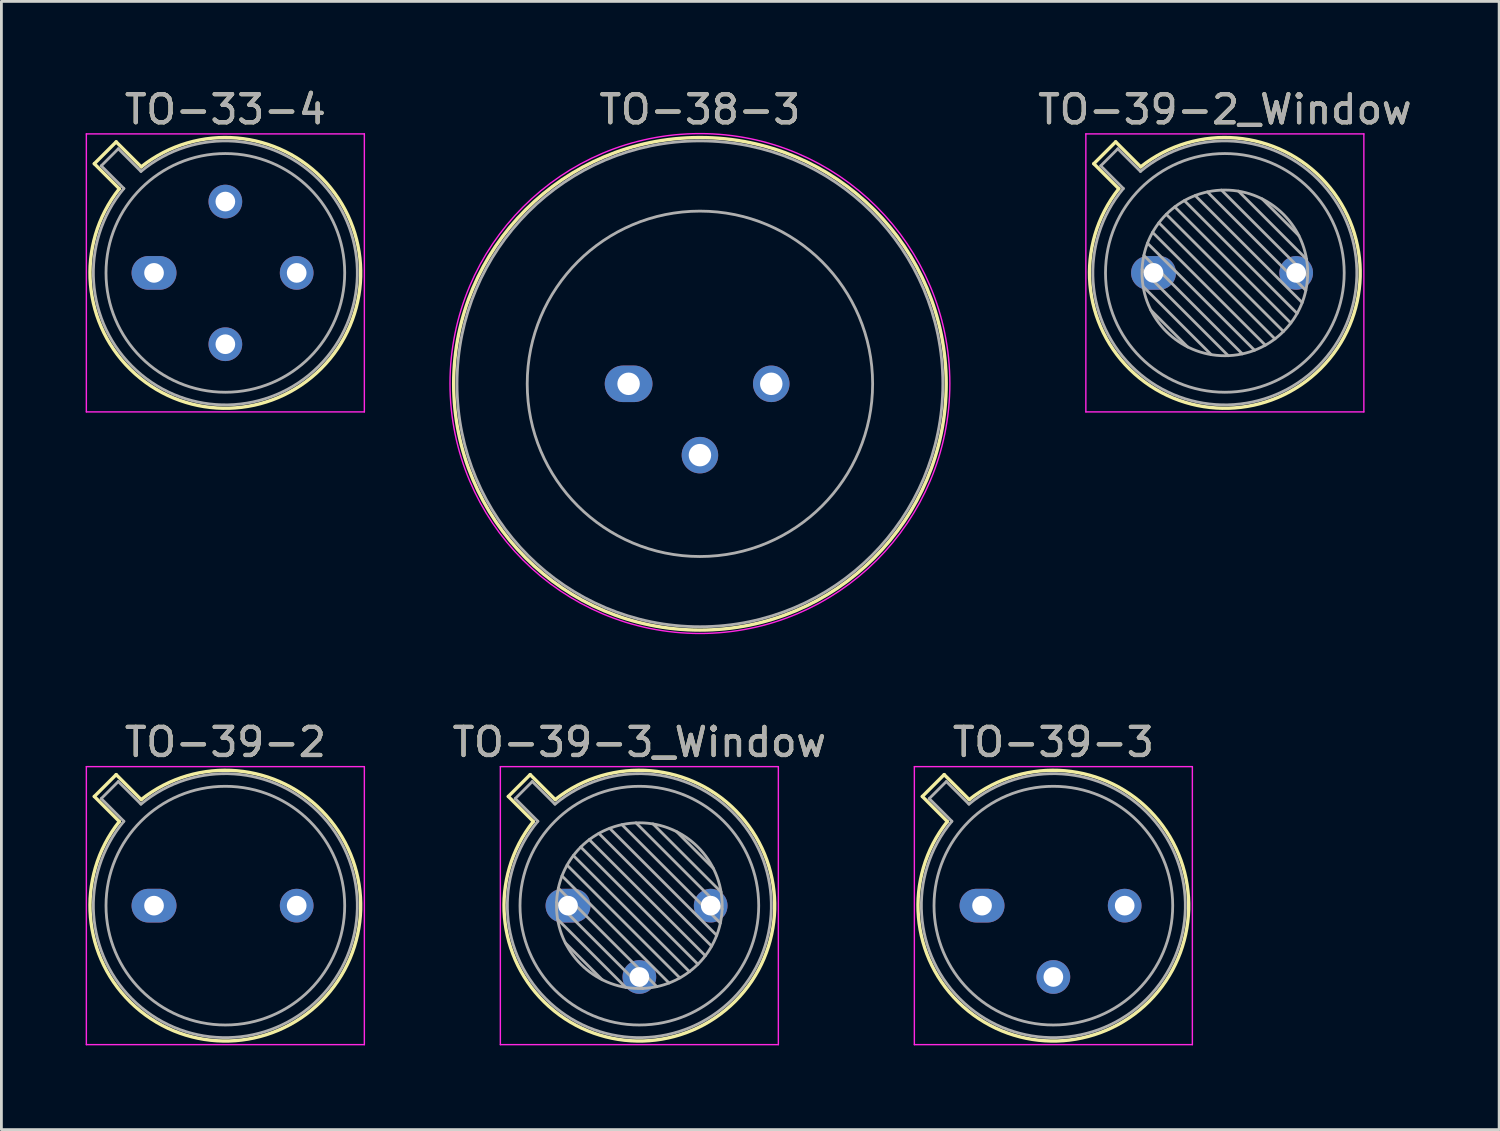
<source format=kicad_pcb>
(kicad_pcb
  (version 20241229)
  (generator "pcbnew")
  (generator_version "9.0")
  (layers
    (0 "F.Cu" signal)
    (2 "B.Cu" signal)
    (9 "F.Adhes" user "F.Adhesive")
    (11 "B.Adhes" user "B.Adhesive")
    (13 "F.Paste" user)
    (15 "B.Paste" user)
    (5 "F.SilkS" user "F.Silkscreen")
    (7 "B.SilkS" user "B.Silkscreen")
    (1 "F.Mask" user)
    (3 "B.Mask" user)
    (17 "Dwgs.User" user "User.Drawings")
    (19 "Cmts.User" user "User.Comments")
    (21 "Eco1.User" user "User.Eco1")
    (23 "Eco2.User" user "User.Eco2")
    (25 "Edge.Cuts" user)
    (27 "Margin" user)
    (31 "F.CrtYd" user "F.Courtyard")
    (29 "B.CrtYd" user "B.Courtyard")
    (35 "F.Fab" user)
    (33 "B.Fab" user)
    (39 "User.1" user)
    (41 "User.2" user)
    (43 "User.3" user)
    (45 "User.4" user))
  (footprint "TO-39-3_Window"
    (layer "F.Cu")
    (at 17.178 29.201)
    (property "Reference" "TO-39-3_Window" (at 2.54 -5.82 0) (layer "F.SilkS") (effects (font (size 1 1) (thickness 0.15))))
    (attr through_hole)
    (fp_line (start -2.126 -3.888) (end -1.235 -2.997) (stroke (width 0.12) (type solid)) (layer "F.SilkS"))
    (fp_line (start -1.348 -4.666) (end -2.126 -3.888) (stroke (width 0.12) (type solid)) (layer "F.SilkS"))
    (fp_line (start -0.457 -3.775) (end -1.348 -4.666) (stroke (width 0.12) (type solid)) (layer "F.SilkS"))
    (fp_arc (start -0.457084 -3.774902) (mid 5.948125 3.408384) (end -1.234674 -2.997371) (stroke (width 0.12) (type solid)) (layer "F.SilkS"))
    (fp_line (start -2.41 -4.95) (end -2.41 4.95) (stroke (width 0.05) (type solid)) (layer "F.CrtYd"))
    (fp_line (start -2.41 4.95) (end 7.49 4.95) (stroke (width 0.05) (type solid)) (layer "F.CrtYd"))
    (fp_line (start 7.49 -4.95) (end -2.41 -4.95) (stroke (width 0.05) (type solid)) (layer "F.CrtYd"))
    (fp_line (start 7.49 4.95) (end 7.49 -4.95) (stroke (width 0.05) (type solid)) (layer "F.CrtYd"))
    (fp_line (start -1.88 -3.812) (end -1.074 -3.005) (stroke (width 0.1) (type solid)) (layer "F.Fab"))
    (fp_line (start -1.272 -4.42) (end -1.88 -3.812) (stroke (width 0.1) (type solid)) (layer "F.Fab"))
    (fp_line (start -0.465 -3.614) (end -1.272 -4.42) (stroke (width 0.1) (type solid)) (layer "F.Fab"))
    (fp_line (start -0.408 -0.12) (end 2.66 2.948) (stroke (width 0.1) (type solid)) (layer "F.Fab"))
    (fp_line (start -0.371 0.485) (end 2.055 2.911) (stroke (width 0.1) (type solid)) (layer "F.Fab"))
    (fp_line (start -0.344 -0.622) (end 3.162 2.884) (stroke (width 0.1) (type solid)) (layer "F.Fab"))
    (fp_line (start -0.215 -1.058) (end 3.598 2.755) (stroke (width 0.1) (type solid)) (layer "F.Fab"))
    (fp_line (start -0.097 1.324) (end 1.216 2.637) (stroke (width 0.1) (type solid)) (layer "F.Fab"))
    (fp_line (start -0.034 -1.443) (end 3.983 2.574) (stroke (width 0.1) (type solid)) (layer "F.Fab"))
    (fp_line (start 0.19 -1.784) (end 4.324 2.35) (stroke (width 0.1) (type solid)) (layer "F.Fab"))
    (fp_line (start 0.454 -2.086) (end 4.626 2.086) (stroke (width 0.1) (type solid)) (layer "F.Fab"))
    (fp_line (start 0.756 -2.35) (end 4.89 1.784) (stroke (width 0.1) (type solid)) (layer "F.Fab"))
    (fp_line (start 1.097 -2.574) (end 5.114 1.443) (stroke (width 0.1) (type solid)) (layer "F.Fab"))
    (fp_line (start 1.482 -2.755) (end 5.295 1.058) (stroke (width 0.1) (type solid)) (layer "F.Fab"))
    (fp_line (start 1.918 -2.884) (end 5.424 0.622) (stroke (width 0.1) (type solid)) (layer "F.Fab"))
    (fp_line (start 2.42 -2.948) (end 5.488 0.12) (stroke (width 0.1) (type solid)) (layer "F.Fab"))
    (fp_line (start 3.025 -2.911) (end 5.451 -0.485) (stroke (width 0.1) (type solid)) (layer "F.Fab"))
    (fp_line (start 3.864 -2.637) (end 5.177 -1.324) (stroke (width 0.1) (type solid)) (layer "F.Fab"))
    (fp_arc (start -0.465408 -3.61352) (mid 5.863443 3.323361) (end -1.073594 -3.005319) (stroke (width 0.1) (type solid)) (layer "F.Fab"))
    (fp_circle (center 2.54 0) (end 5.49 0) (stroke (width 0.1) (type solid)) (fill no) (layer "F.Fab"))
    (fp_circle (center 2.54 0) (end 6.79 0) (stroke (width 0.1) (type solid)) (fill no) (layer "F.Fab"))
    (fp_text user "${REFERENCE}" (at 2.54 -5.82 0) (layer "F.Fab") (effects (font (size 1 1) (thickness 0.15))))
    (pad "1" thru_hole oval (at 0 0) (size 1.6 1.2) (drill 0.7) (layers "*.Cu" "*.Mask"))
    (pad "2" thru_hole oval (at 2.54 2.54) (size 1.2 1.2) (drill 0.7) (layers "*.Cu" "*.Mask"))
    (pad "3" thru_hole oval (at 5.08 0) (size 1.2 1.2) (drill 0.7) (layers "*.Cu" "*.Mask")))
  (footprint "TO-33-4"
    (layer "F.Cu")
    (at 2.435 6.668)
    (property "Reference" "TO-33-4" (at 2.54 -5.82 0) (layer "F.SilkS") (effects (font (size 1 1) (thickness 0.15))))
    (attr through_hole)
    (fp_line (start -2.126 -3.888) (end -1.235 -2.997) (stroke (width 0.12) (type solid)) (layer "F.SilkS"))
    (fp_line (start -1.348 -4.666) (end -2.126 -3.888) (stroke (width 0.12) (type solid)) (layer "F.SilkS"))
    (fp_line (start -0.457 -3.775) (end -1.348 -4.666) (stroke (width 0.12) (type solid)) (layer "F.SilkS"))
    (fp_arc (start -0.457084 -3.774902) (mid 5.948125 3.408384) (end -1.234674 -2.997371) (stroke (width 0.12) (type solid)) (layer "F.SilkS"))
    (fp_line (start -2.41 -4.95) (end -2.41 4.95) (stroke (width 0.05) (type solid)) (layer "F.CrtYd"))
    (fp_line (start -2.41 4.95) (end 7.49 4.95) (stroke (width 0.05) (type solid)) (layer "F.CrtYd"))
    (fp_line (start 7.49 -4.95) (end -2.41 -4.95) (stroke (width 0.05) (type solid)) (layer "F.CrtYd"))
    (fp_line (start 7.49 4.95) (end 7.49 -4.95) (stroke (width 0.05) (type solid)) (layer "F.CrtYd"))
    (fp_line (start -1.88 -3.812) (end -1.074 -3.005) (stroke (width 0.1) (type solid)) (layer "F.Fab"))
    (fp_line (start -1.272 -4.42) (end -1.88 -3.812) (stroke (width 0.1) (type solid)) (layer "F.Fab"))
    (fp_line (start -0.465 -3.614) (end -1.272 -4.42) (stroke (width 0.1) (type solid)) (layer "F.Fab"))
    (fp_arc (start -0.465408 -3.61352) (mid 5.863443 3.323361) (end -1.073594 -3.005319) (stroke (width 0.1) (type solid)) (layer "F.Fab"))
    (fp_circle (center 2.54 0) (end 6.79 0) (stroke (width 0.1) (type solid)) (fill no) (layer "F.Fab"))
    (fp_text user "${REFERENCE}" (at 2.54 -5.82 0) (layer "F.Fab") (effects (font (size 1 1) (thickness 0.15))))
    (pad "1" thru_hole oval (at 0 0) (size 1.6 1.2) (drill 0.7) (layers "*.Cu" "*.Mask"))
    (pad "2" thru_hole oval (at 2.54 2.54) (size 1.2 1.2) (drill 0.7) (layers "*.Cu" "*.Mask"))
    (pad "3" thru_hole oval (at 5.08 0) (size 1.2 1.2) (drill 0.7) (layers "*.Cu" "*.Mask"))
    (pad "4" thru_hole oval (at 2.54 -2.54) (size 1.2 1.2) (drill 0.7) (layers "*.Cu" "*.Mask")))
  (footprint "TO-39-2"
    (layer "F.Cu")
    (at 2.435 29.201)
    (property "Reference" "TO-39-2" (at 2.54 -5.82 0) (layer "F.SilkS") (effects (font (size 1 1) (thickness 0.15))))
    (attr through_hole)
    (fp_line (start -2.126 -3.888) (end -1.235 -2.997) (stroke (width 0.12) (type solid)) (layer "F.SilkS"))
    (fp_line (start -1.348 -4.666) (end -2.126 -3.888) (stroke (width 0.12) (type solid)) (layer "F.SilkS"))
    (fp_line (start -0.457 -3.775) (end -1.348 -4.666) (stroke (width 0.12) (type solid)) (layer "F.SilkS"))
    (fp_arc (start -0.457084 -3.774902) (mid 5.948125 3.408384) (end -1.234674 -2.997371) (stroke (width 0.12) (type solid)) (layer "F.SilkS"))
    (fp_line (start -2.41 -4.95) (end -2.41 4.95) (stroke (width 0.05) (type solid)) (layer "F.CrtYd"))
    (fp_line (start -2.41 4.95) (end 7.49 4.95) (stroke (width 0.05) (type solid)) (layer "F.CrtYd"))
    (fp_line (start 7.49 -4.95) (end -2.41 -4.95) (stroke (width 0.05) (type solid)) (layer "F.CrtYd"))
    (fp_line (start 7.49 4.95) (end 7.49 -4.95) (stroke (width 0.05) (type solid)) (layer "F.CrtYd"))
    (fp_line (start -1.88 -3.812) (end -1.074 -3.005) (stroke (width 0.1) (type solid)) (layer "F.Fab"))
    (fp_line (start -1.272 -4.42) (end -1.88 -3.812) (stroke (width 0.1) (type solid)) (layer "F.Fab"))
    (fp_line (start -0.465 -3.614) (end -1.272 -4.42) (stroke (width 0.1) (type solid)) (layer "F.Fab"))
    (fp_arc (start -0.465408 -3.61352) (mid 5.863443 3.323361) (end -1.073594 -3.005319) (stroke (width 0.1) (type solid)) (layer "F.Fab"))
    (fp_circle (center 2.54 0) (end 6.79 0) (stroke (width 0.1) (type solid)) (fill no) (layer "F.Fab"))
    (fp_text user "${REFERENCE}" (at 2.54 -5.82 0) (layer "F.Fab") (effects (font (size 1 1) (thickness 0.15))))
    (pad "1" thru_hole oval (at 0 0) (size 1.6 1.2) (drill 0.7) (layers "*.Cu" "*.Mask"))
    (pad "2" thru_hole oval (at 5.08 0) (size 1.2 1.2) (drill 0.7) (layers "*.Cu" "*.Mask")))
  (footprint "TO-39-2_Window"
    (layer "F.Cu")
    (at 38.028 6.668)
    (property "Reference" "TO-39-2_Window" (at 2.54 -5.82 0) (layer "F.SilkS") (effects (font (size 1 1) (thickness 0.15))))
    (attr through_hole)
    (fp_line (start -2.126 -3.888) (end -1.235 -2.997) (stroke (width 0.12) (type solid)) (layer "F.SilkS"))
    (fp_line (start -1.348 -4.666) (end -2.126 -3.888) (stroke (width 0.12) (type solid)) (layer "F.SilkS"))
    (fp_line (start -0.457 -3.775) (end -1.348 -4.666) (stroke (width 0.12) (type solid)) (layer "F.SilkS"))
    (fp_arc (start -0.457084 -3.774902) (mid 5.948125 3.408384) (end -1.234674 -2.997371) (stroke (width 0.12) (type solid)) (layer "F.SilkS"))
    (fp_line (start -2.41 -4.95) (end -2.41 4.95) (stroke (width 0.05) (type solid)) (layer "F.CrtYd"))
    (fp_line (start -2.41 4.95) (end 7.49 4.95) (stroke (width 0.05) (type solid)) (layer "F.CrtYd"))
    (fp_line (start 7.49 -4.95) (end -2.41 -4.95) (stroke (width 0.05) (type solid)) (layer "F.CrtYd"))
    (fp_line (start 7.49 4.95) (end 7.49 -4.95) (stroke (width 0.05) (type solid)) (layer "F.CrtYd"))
    (fp_line (start -1.88 -3.812) (end -1.074 -3.005) (stroke (width 0.1) (type solid)) (layer "F.Fab"))
    (fp_line (start -1.272 -4.42) (end -1.88 -3.812) (stroke (width 0.1) (type solid)) (layer "F.Fab"))
    (fp_line (start -0.465 -3.614) (end -1.272 -4.42) (stroke (width 0.1) (type solid)) (layer "F.Fab"))
    (fp_line (start -0.408 -0.12) (end 2.66 2.948) (stroke (width 0.1) (type solid)) (layer "F.Fab"))
    (fp_line (start -0.371 0.485) (end 2.055 2.911) (stroke (width 0.1) (type solid)) (layer "F.Fab"))
    (fp_line (start -0.344 -0.622) (end 3.162 2.884) (stroke (width 0.1) (type solid)) (layer "F.Fab"))
    (fp_line (start -0.215 -1.058) (end 3.598 2.755) (stroke (width 0.1) (type solid)) (layer "F.Fab"))
    (fp_line (start -0.097 1.324) (end 1.216 2.637) (stroke (width 0.1) (type solid)) (layer "F.Fab"))
    (fp_line (start -0.034 -1.443) (end 3.983 2.574) (stroke (width 0.1) (type solid)) (layer "F.Fab"))
    (fp_line (start 0.19 -1.784) (end 4.324 2.35) (stroke (width 0.1) (type solid)) (layer "F.Fab"))
    (fp_line (start 0.454 -2.086) (end 4.626 2.086) (stroke (width 0.1) (type solid)) (layer "F.Fab"))
    (fp_line (start 0.756 -2.35) (end 4.89 1.784) (stroke (width 0.1) (type solid)) (layer "F.Fab"))
    (fp_line (start 1.097 -2.574) (end 5.114 1.443) (stroke (width 0.1) (type solid)) (layer "F.Fab"))
    (fp_line (start 1.482 -2.755) (end 5.295 1.058) (stroke (width 0.1) (type solid)) (layer "F.Fab"))
    (fp_line (start 1.918 -2.884) (end 5.424 0.622) (stroke (width 0.1) (type solid)) (layer "F.Fab"))
    (fp_line (start 2.42 -2.948) (end 5.488 0.12) (stroke (width 0.1) (type solid)) (layer "F.Fab"))
    (fp_line (start 3.025 -2.911) (end 5.451 -0.485) (stroke (width 0.1) (type solid)) (layer "F.Fab"))
    (fp_line (start 3.864 -2.637) (end 5.177 -1.324) (stroke (width 0.1) (type solid)) (layer "F.Fab"))
    (fp_arc (start -0.465408 -3.61352) (mid 5.863443 3.323361) (end -1.073594 -3.005319) (stroke (width 0.1) (type solid)) (layer "F.Fab"))
    (fp_circle (center 2.54 0) (end 5.49 0) (stroke (width 0.1) (type solid)) (fill no) (layer "F.Fab"))
    (fp_circle (center 2.54 0) (end 6.79 0) (stroke (width 0.1) (type solid)) (fill no) (layer "F.Fab"))
    (fp_text user "${REFERENCE}" (at 2.54 -5.82 0) (layer "F.Fab") (effects (font (size 1 1) (thickness 0.15))))
    (pad "1" thru_hole oval (at 0 0) (size 1.6 1.2) (drill 0.7) (layers "*.Cu" "*.Mask"))
    (pad "2" thru_hole oval (at 5.08 0) (size 1.2 1.2) (drill 0.7) (layers "*.Cu" "*.Mask")))
  (footprint "TO-39-3"
    (layer "F.Cu")
    (at 31.921 29.201)
    (property "Reference" "TO-39-3" (at 2.54 -5.82 0) (layer "F.SilkS") (effects (font (size 1 1) (thickness 0.15))))
    (attr through_hole)
    (fp_line (start -2.126 -3.888) (end -1.235 -2.997) (stroke (width 0.12) (type solid)) (layer "F.SilkS"))
    (fp_line (start -1.348 -4.666) (end -2.126 -3.888) (stroke (width 0.12) (type solid)) (layer "F.SilkS"))
    (fp_line (start -0.457 -3.775) (end -1.348 -4.666) (stroke (width 0.12) (type solid)) (layer "F.SilkS"))
    (fp_arc (start -0.457084 -3.774902) (mid 5.948125 3.408384) (end -1.234674 -2.997371) (stroke (width 0.12) (type solid)) (layer "F.SilkS"))
    (fp_line (start -2.41 -4.95) (end -2.41 4.95) (stroke (width 0.05) (type solid)) (layer "F.CrtYd"))
    (fp_line (start -2.41 4.95) (end 7.49 4.95) (stroke (width 0.05) (type solid)) (layer "F.CrtYd"))
    (fp_line (start 7.49 -4.95) (end -2.41 -4.95) (stroke (width 0.05) (type solid)) (layer "F.CrtYd"))
    (fp_line (start 7.49 4.95) (end 7.49 -4.95) (stroke (width 0.05) (type solid)) (layer "F.CrtYd"))
    (fp_line (start -1.88 -3.812) (end -1.074 -3.005) (stroke (width 0.1) (type solid)) (layer "F.Fab"))
    (fp_line (start -1.272 -4.42) (end -1.88 -3.812) (stroke (width 0.1) (type solid)) (layer "F.Fab"))
    (fp_line (start -0.465 -3.614) (end -1.272 -4.42) (stroke (width 0.1) (type solid)) (layer "F.Fab"))
    (fp_arc (start -0.465408 -3.61352) (mid 5.863443 3.323361) (end -1.073594 -3.005319) (stroke (width 0.1) (type solid)) (layer "F.Fab"))
    (fp_circle (center 2.54 0) (end 6.79 0) (stroke (width 0.1) (type solid)) (fill no) (layer "F.Fab"))
    (fp_text user "${REFERENCE}" (at 2.54 -5.82 0) (layer "F.Fab") (effects (font (size 1 1) (thickness 0.15))))
    (pad "1" thru_hole oval (at 0 0) (size 1.6 1.2) (drill 0.7) (layers "*.Cu" "*.Mask"))
    (pad "2" thru_hole oval (at 2.54 2.54) (size 1.2 1.2) (drill 0.7) (layers "*.Cu" "*.Mask"))
    (pad "3" thru_hole oval (at 5.08 0) (size 1.2 1.2) (drill 0.7) (layers "*.Cu" "*.Mask")))
  (footprint "TO-38-3"
    (layer "F.Cu")
    (at 19.335 10.618)
    (property "Reference" "TO-38-3" (at 2.54 -9.77 0) (layer "F.SilkS") (effects (font (size 1 1) (thickness 0.15))))
    (attr through_hole)
    (fp_circle (center 2.54 0) (end 11.31 0) (stroke (width 0.12) (type solid)) (fill no) (layer "F.SilkS"))
    (fp_circle (center 2.54 -0.01) (end 11.44 -0.01) (stroke (width 0.05) (type solid)) (fill no) (layer "F.CrtYd"))
    (fp_circle (center 2.54 0) (end 8.69 0) (stroke (width 0.1) (type solid)) (fill no) (layer "F.Fab"))
    (fp_circle (center 2.54 0) (end 11.19 0) (stroke (width 0.1) (type solid)) (fill no) (layer "F.Fab"))
    (fp_text user "${REFERENCE}" (at 2.54 -9.77 0) (layer "F.Fab") (effects (font (size 1 1) (thickness 0.15))))
    (pad "1" thru_hole oval (at 0 0) (size 1.7 1.3) (drill 0.8) (layers "*.Cu" "*.Mask"))
    (pad "2" thru_hole oval (at 2.54 2.54) (size 1.3 1.3) (drill 0.8) (layers "*.Cu" "*.Mask"))
    (pad "3" thru_hole oval (at 5.08 0) (size 1.3 1.3) (drill 0.8) (layers "*.Cu" "*.Mask")))
  (gr_rect
    (start -3 -3)
    (end 50.336 37.176)
    (stroke (width 0.1) (type default))
    (fill no)
    (layer "Edge.Cuts")))
</source>
